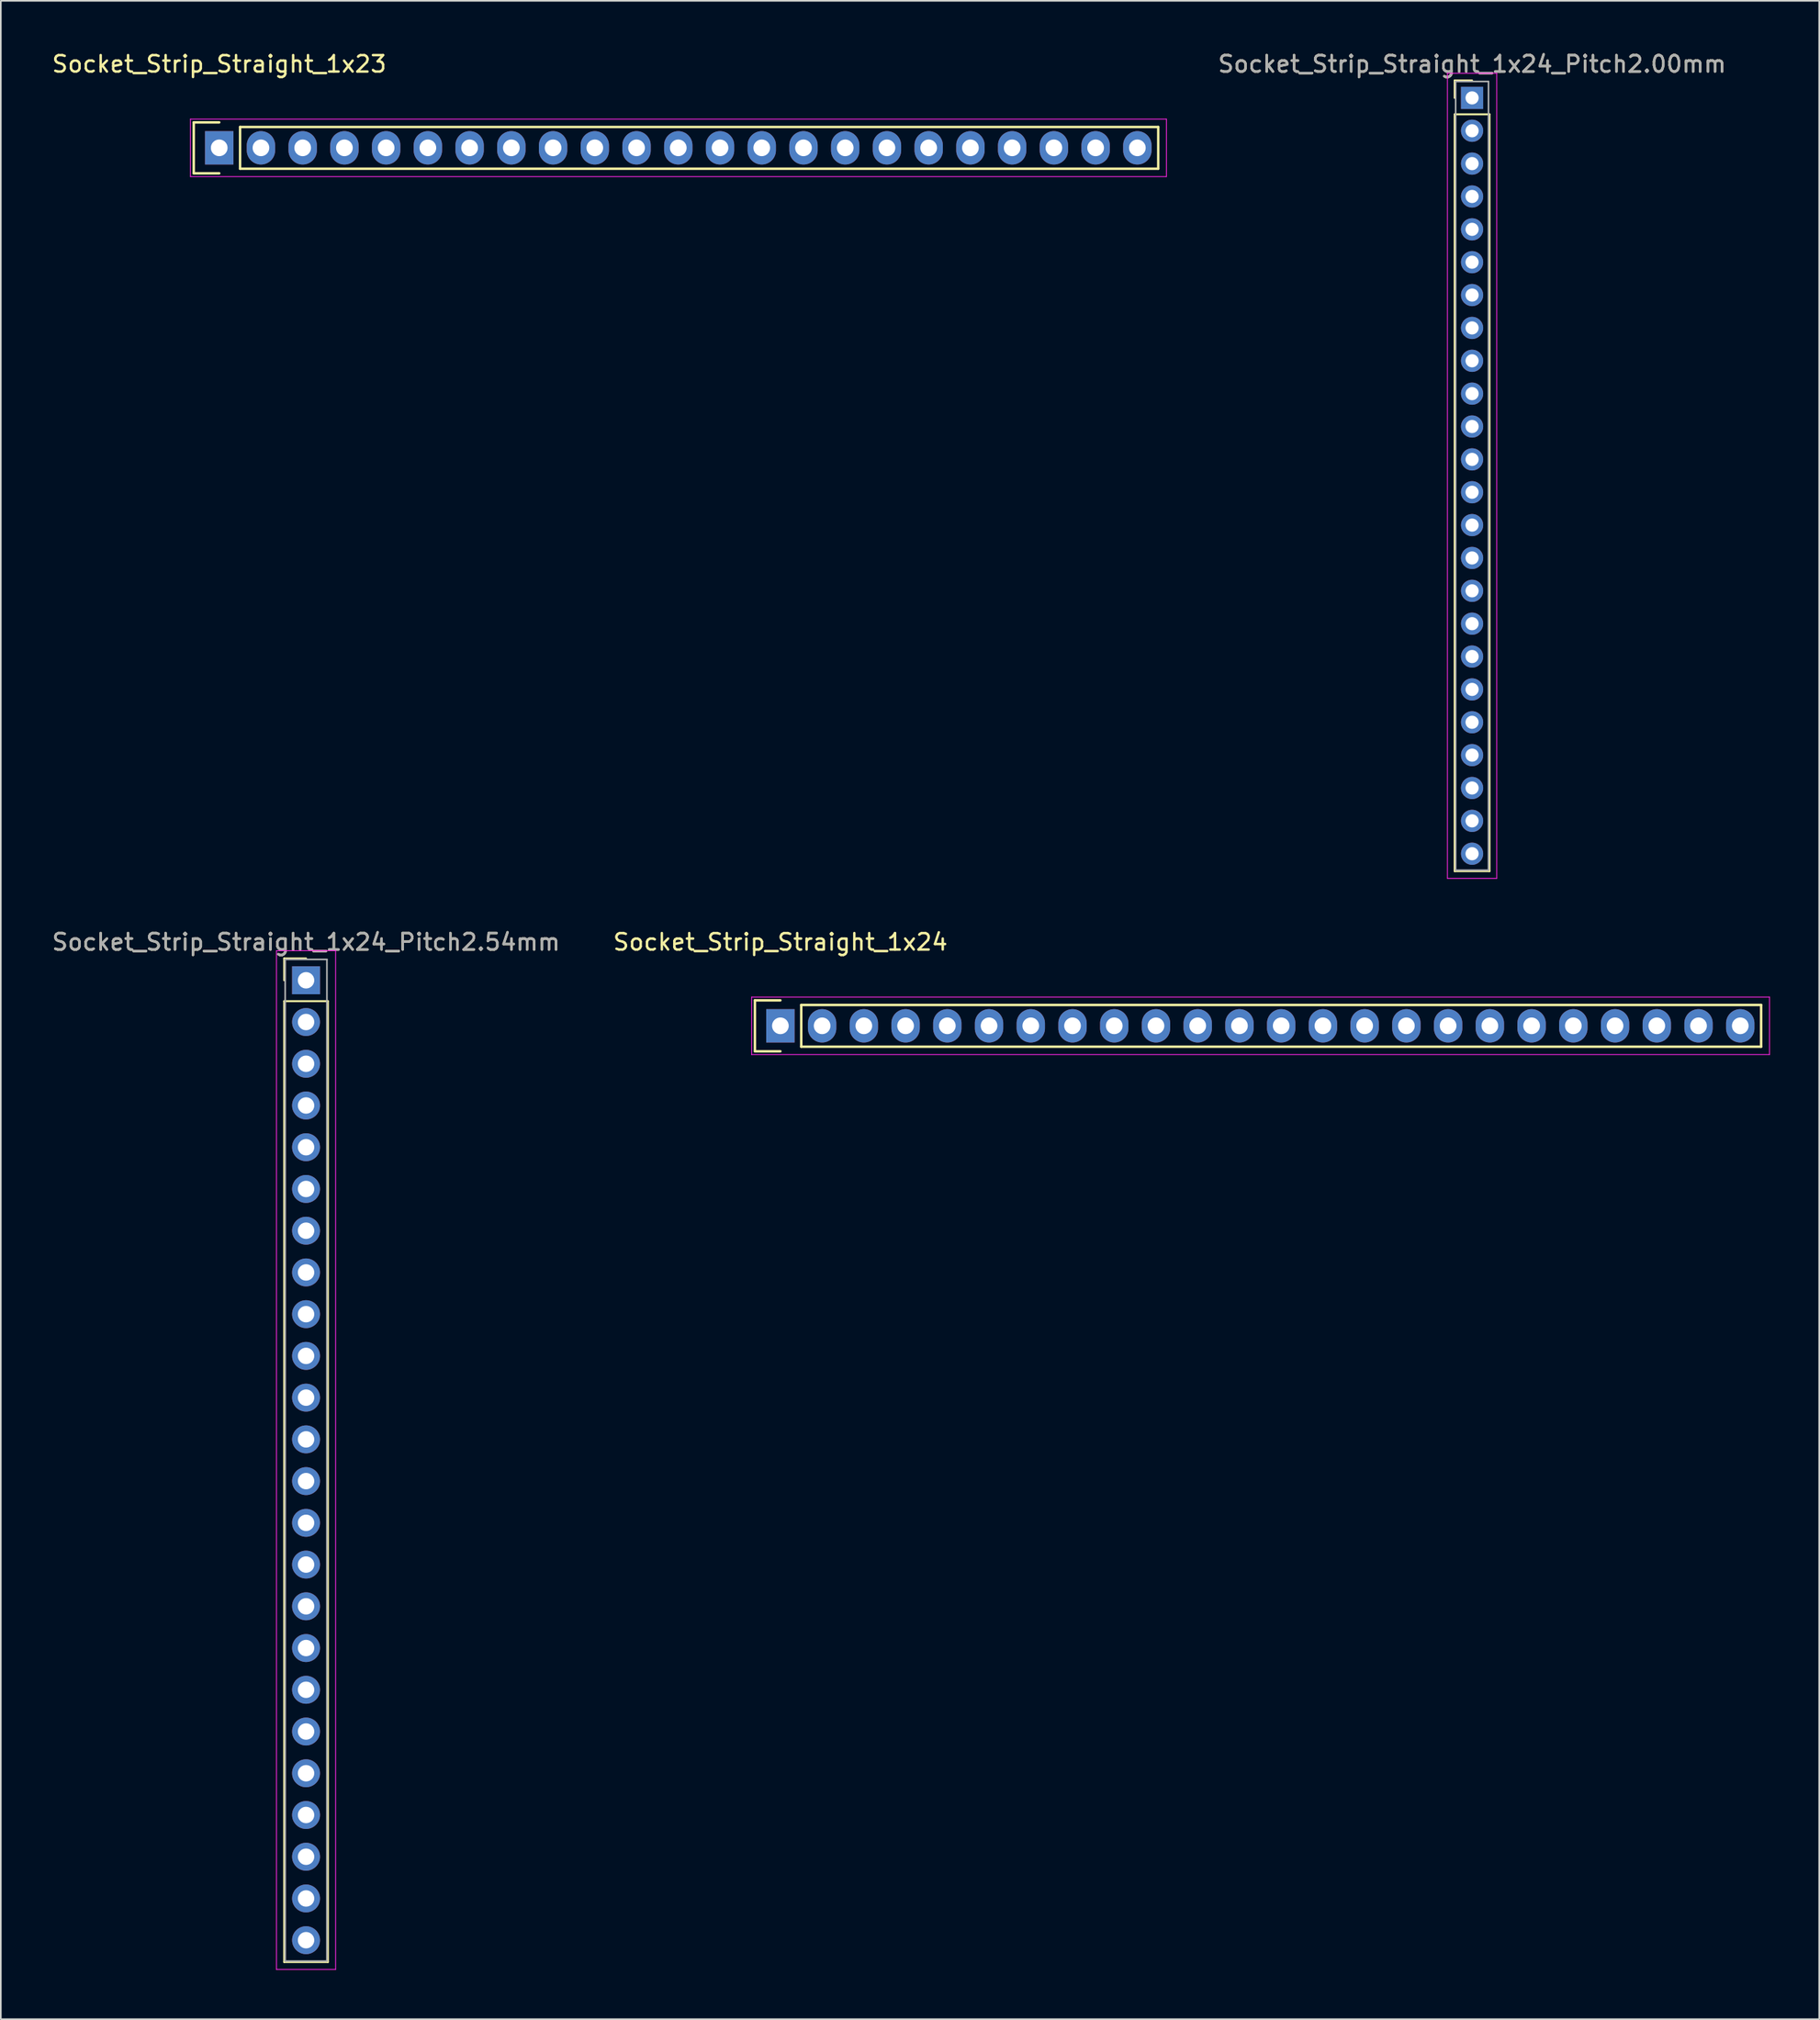
<source format=kicad_pcb>
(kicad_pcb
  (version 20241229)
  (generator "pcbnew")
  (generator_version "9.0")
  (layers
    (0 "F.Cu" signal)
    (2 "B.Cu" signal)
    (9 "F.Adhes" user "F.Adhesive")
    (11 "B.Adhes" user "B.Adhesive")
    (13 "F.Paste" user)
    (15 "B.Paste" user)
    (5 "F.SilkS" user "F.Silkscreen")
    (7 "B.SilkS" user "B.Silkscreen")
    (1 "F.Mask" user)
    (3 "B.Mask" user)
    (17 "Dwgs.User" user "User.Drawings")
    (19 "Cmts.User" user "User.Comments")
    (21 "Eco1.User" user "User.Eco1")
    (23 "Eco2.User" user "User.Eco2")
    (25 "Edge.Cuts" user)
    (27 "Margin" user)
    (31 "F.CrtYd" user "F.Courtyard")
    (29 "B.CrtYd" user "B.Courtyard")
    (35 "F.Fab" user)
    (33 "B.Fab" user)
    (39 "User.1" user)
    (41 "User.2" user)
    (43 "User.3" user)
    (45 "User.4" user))
  (footprint "Socket_Strip_Straight_1x24_Pitch2.00mm"
    (layer "F.Cu")
    (at 86.544 2.908)
    (property "Reference" "Socket_Strip_Straight_1x24_Pitch2.00mm" (at 0 -2.06 0) (layer "F.SilkS") (effects (font (size 1 1) (thickness 0.15))))
    (attr through_hole)
    (fp_line (start -1.06 -1.06) (end 0 -1.06) (stroke (width 0.12) (type solid)) (layer "F.SilkS"))
    (fp_line (start -1.06 0) (end -1.06 -1.06) (stroke (width 0.12) (type solid)) (layer "F.SilkS"))
    (fp_line (start -1.06 1) (end -1.06 47.06) (stroke (width 0.12) (type solid)) (layer "F.SilkS"))
    (fp_line (start -1.06 47.06) (end 1.06 47.06) (stroke (width 0.12) (type solid)) (layer "F.SilkS"))
    (fp_line (start 1.06 1) (end -1.06 1) (stroke (width 0.12) (type solid)) (layer "F.SilkS"))
    (fp_line (start 1.06 47.06) (end 1.06 1) (stroke (width 0.12) (type solid)) (layer "F.SilkS"))
    (fp_line (start -1.5 -1.5) (end -1.5 47.5) (stroke (width 0.05) (type solid)) (layer "F.CrtYd"))
    (fp_line (start -1.5 47.5) (end 1.5 47.5) (stroke (width 0.05) (type solid)) (layer "F.CrtYd"))
    (fp_line (start 1.5 -1.5) (end -1.5 -1.5) (stroke (width 0.05) (type solid)) (layer "F.CrtYd"))
    (fp_line (start 1.5 47.5) (end 1.5 -1.5) (stroke (width 0.05) (type solid)) (layer "F.CrtYd"))
    (fp_line (start -1 -1) (end -1 47) (stroke (width 0.1) (type solid)) (layer "F.Fab"))
    (fp_line (start -1 47) (end 1 47) (stroke (width 0.1) (type solid)) (layer "F.Fab"))
    (fp_line (start 1 -1) (end -1 -1) (stroke (width 0.1) (type solid)) (layer "F.Fab"))
    (fp_line (start 1 47) (end 1 -1) (stroke (width 0.1) (type solid)) (layer "F.Fab"))
    (fp_text user "${REFERENCE}" (at 0 -2.06 0) (layer "F.Fab") (effects (font (size 1 1) (thickness 0.15))))
    (pad "1" thru_hole rect (at 0 0) (size 1.35 1.35) (drill 0.8) (layers "*.Cu" "*.Mask"))
    (pad "2" thru_hole oval (at 0 2) (size 1.35 1.35) (drill 0.8) (layers "*.Cu" "*.Mask"))
    (pad "3" thru_hole oval (at 0 4) (size 1.35 1.35) (drill 0.8) (layers "*.Cu" "*.Mask"))
    (pad "4" thru_hole oval (at 0 6) (size 1.35 1.35) (drill 0.8) (layers "*.Cu" "*.Mask"))
    (pad "5" thru_hole oval (at 0 8) (size 1.35 1.35) (drill 0.8) (layers "*.Cu" "*.Mask"))
    (pad "6" thru_hole oval (at 0 10) (size 1.35 1.35) (drill 0.8) (layers "*.Cu" "*.Mask"))
    (pad "7" thru_hole oval (at 0 12) (size 1.35 1.35) (drill 0.8) (layers "*.Cu" "*.Mask"))
    (pad "8" thru_hole oval (at 0 14) (size 1.35 1.35) (drill 0.8) (layers "*.Cu" "*.Mask"))
    (pad "9" thru_hole oval (at 0 16) (size 1.35 1.35) (drill 0.8) (layers "*.Cu" "*.Mask"))
    (pad "10" thru_hole oval (at 0 18) (size 1.35 1.35) (drill 0.8) (layers "*.Cu" "*.Mask"))
    (pad "11" thru_hole oval (at 0 20) (size 1.35 1.35) (drill 0.8) (layers "*.Cu" "*.Mask"))
    (pad "12" thru_hole oval (at 0 22) (size 1.35 1.35) (drill 0.8) (layers "*.Cu" "*.Mask"))
    (pad "13" thru_hole oval (at 0 24) (size 1.35 1.35) (drill 0.8) (layers "*.Cu" "*.Mask"))
    (pad "14" thru_hole oval (at 0 26) (size 1.35 1.35) (drill 0.8) (layers "*.Cu" "*.Mask"))
    (pad "15" thru_hole oval (at 0 28) (size 1.35 1.35) (drill 0.8) (layers "*.Cu" "*.Mask"))
    (pad "16" thru_hole oval (at 0 30) (size 1.35 1.35) (drill 0.8) (layers "*.Cu" "*.Mask"))
    (pad "17" thru_hole oval (at 0 32) (size 1.35 1.35) (drill 0.8) (layers "*.Cu" "*.Mask"))
    (pad "18" thru_hole oval (at 0 34) (size 1.35 1.35) (drill 0.8) (layers "*.Cu" "*.Mask"))
    (pad "19" thru_hole oval (at 0 36) (size 1.35 1.35) (drill 0.8) (layers "*.Cu" "*.Mask"))
    (pad "20" thru_hole oval (at 0 38) (size 1.35 1.35) (drill 0.8) (layers "*.Cu" "*.Mask"))
    (pad "21" thru_hole oval (at 0 40) (size 1.35 1.35) (drill 0.8) (layers "*.Cu" "*.Mask"))
    (pad "22" thru_hole oval (at 0 42) (size 1.35 1.35) (drill 0.8) (layers "*.Cu" "*.Mask"))
    (pad "23" thru_hole oval (at 0 44) (size 1.35 1.35) (drill 0.8) (layers "*.Cu" "*.Mask"))
    (pad "24" thru_hole oval (at 0 46) (size 1.35 1.35) (drill 0.8) (layers "*.Cu" "*.Mask")))
  (footprint "Socket_Strip_Straight_1x23"
    (layer "F.Cu")
    (at 10.292 5.948)
    (property "Reference" "Socket_Strip_Straight_1x23" (at 0 -5.1 0) (layer "F.SilkS") (effects (font (size 1 1) (thickness 0.15))))
    (attr through_hole)
    (fp_line (start -1.55 -1.55) (end -1.55 1.55) (stroke (width 0.15) (type solid)) (layer "F.SilkS"))
    (fp_line (start -1.55 1.55) (end 0 1.55) (stroke (width 0.15) (type solid)) (layer "F.SilkS"))
    (fp_line (start 0 -1.55) (end -1.55 -1.55) (stroke (width 0.15) (type solid)) (layer "F.SilkS"))
    (fp_line (start 1.27 -1.27) (end 57.15 -1.27) (stroke (width 0.15) (type solid)) (layer "F.SilkS"))
    (fp_line (start 1.27 1.27) (end 1.27 -1.27) (stroke (width 0.15) (type solid)) (layer "F.SilkS"))
    (fp_line (start 57.15 -1.27) (end 57.15 1.27) (stroke (width 0.15) (type solid)) (layer "F.SilkS"))
    (fp_line (start 57.15 1.27) (end 1.27 1.27) (stroke (width 0.15) (type solid)) (layer "F.SilkS"))
    (fp_line (start -1.75 -1.75) (end -1.75 1.75) (stroke (width 0.05) (type solid)) (layer "F.CrtYd"))
    (fp_line (start -1.75 -1.75) (end 57.65 -1.75) (stroke (width 0.05) (type solid)) (layer "F.CrtYd"))
    (fp_line (start -1.75 1.75) (end 57.65 1.75) (stroke (width 0.05) (type solid)) (layer "F.CrtYd"))
    (fp_line (start 57.65 -1.75) (end 57.65 1.75) (stroke (width 0.05) (type solid)) (layer "F.CrtYd"))
    (pad "1" thru_hole rect (at 0 0) (size 1.727 2.032) (drill 1.016) (layers "*.Cu" "*.Mask"))
    (pad "2" thru_hole oval (at 2.54 0) (size 1.727 2.032) (drill 1.016) (layers "*.Cu" "*.Mask"))
    (pad "3" thru_hole oval (at 5.08 0) (size 1.727 2.032) (drill 1.016) (layers "*.Cu" "*.Mask"))
    (pad "4" thru_hole oval (at 7.62 0) (size 1.727 2.032) (drill 1.016) (layers "*.Cu" "*.Mask"))
    (pad "5" thru_hole oval (at 10.16 0) (size 1.727 2.032) (drill 1.016) (layers "*.Cu" "*.Mask"))
    (pad "6" thru_hole oval (at 12.7 0) (size 1.727 2.032) (drill 1.016) (layers "*.Cu" "*.Mask"))
    (pad "7" thru_hole oval (at 15.24 0) (size 1.727 2.032) (drill 1.016) (layers "*.Cu" "*.Mask"))
    (pad "8" thru_hole oval (at 17.78 0) (size 1.727 2.032) (drill 1.016) (layers "*.Cu" "*.Mask"))
    (pad "9" thru_hole oval (at 20.32 0) (size 1.727 2.032) (drill 1.016) (layers "*.Cu" "*.Mask"))
    (pad "10" thru_hole oval (at 22.86 0) (size 1.727 2.032) (drill 1.016) (layers "*.Cu" "*.Mask"))
    (pad "11" thru_hole oval (at 25.4 0) (size 1.727 2.032) (drill 1.016) (layers "*.Cu" "*.Mask"))
    (pad "12" thru_hole oval (at 27.94 0) (size 1.727 2.032) (drill 1.016) (layers "*.Cu" "*.Mask"))
    (pad "13" thru_hole oval (at 30.48 0) (size 1.727 2.032) (drill 1.016) (layers "*.Cu" "*.Mask"))
    (pad "14" thru_hole oval (at 33.02 0) (size 1.727 2.032) (drill 1.016) (layers "*.Cu" "*.Mask"))
    (pad "15" thru_hole oval (at 35.56 0) (size 1.727 2.032) (drill 1.016) (layers "*.Cu" "*.Mask"))
    (pad "16" thru_hole oval (at 38.1 0) (size 1.727 2.032) (drill 1.016) (layers "*.Cu" "*.Mask"))
    (pad "17" thru_hole oval (at 40.64 0) (size 1.727 2.032) (drill 1.016) (layers "*.Cu" "*.Mask"))
    (pad "18" thru_hole oval (at 43.18 0) (size 1.727 2.032) (drill 1.016) (layers "*.Cu" "*.Mask"))
    (pad "19" thru_hole oval (at 45.72 0) (size 1.727 2.032) (drill 1.016) (layers "*.Cu" "*.Mask"))
    (pad "20" thru_hole oval (at 48.26 0) (size 1.727 2.032) (drill 1.016) (layers "*.Cu" "*.Mask"))
    (pad "21" thru_hole oval (at 50.8 0) (size 1.727 2.032) (drill 1.016) (layers "*.Cu" "*.Mask"))
    (pad "22" thru_hole oval (at 53.34 0) (size 1.727 2.032) (drill 1.016) (layers "*.Cu" "*.Mask"))
    (pad "23" thru_hole oval (at 55.88 0) (size 1.727 2.032) (drill 1.016) (layers "*.Cu" "*.Mask")))
  (footprint "Socket_Strip_Straight_1x24_Pitch2.54mm"
    (layer "F.Cu")
    (at 15.577 56.611)
    (property "Reference" "Socket_Strip_Straight_1x24_Pitch2.54mm" (at 0 -2.33 0) (layer "F.SilkS") (effects (font (size 1 1) (thickness 0.15))))
    (attr through_hole)
    (fp_line (start -1.33 -1.33) (end 0 -1.33) (stroke (width 0.12) (type solid)) (layer "F.SilkS"))
    (fp_line (start -1.33 0) (end -1.33 -1.33) (stroke (width 0.12) (type solid)) (layer "F.SilkS"))
    (fp_line (start -1.33 1.27) (end -1.33 59.75) (stroke (width 0.12) (type solid)) (layer "F.SilkS"))
    (fp_line (start -1.33 59.75) (end 1.33 59.75) (stroke (width 0.12) (type solid)) (layer "F.SilkS"))
    (fp_line (start 1.33 1.27) (end -1.33 1.27) (stroke (width 0.12) (type solid)) (layer "F.SilkS"))
    (fp_line (start 1.33 59.75) (end 1.33 1.27) (stroke (width 0.12) (type solid)) (layer "F.SilkS"))
    (fp_line (start -1.8 -1.8) (end -1.8 60.2) (stroke (width 0.05) (type solid)) (layer "F.CrtYd"))
    (fp_line (start -1.8 60.2) (end 1.8 60.2) (stroke (width 0.05) (type solid)) (layer "F.CrtYd"))
    (fp_line (start 1.8 -1.8) (end -1.8 -1.8) (stroke (width 0.05) (type solid)) (layer "F.CrtYd"))
    (fp_line (start 1.8 60.2) (end 1.8 -1.8) (stroke (width 0.05) (type solid)) (layer "F.CrtYd"))
    (fp_line (start -1.27 -1.27) (end -1.27 59.69) (stroke (width 0.1) (type solid)) (layer "F.Fab"))
    (fp_line (start -1.27 59.69) (end 1.27 59.69) (stroke (width 0.1) (type solid)) (layer "F.Fab"))
    (fp_line (start 1.27 -1.27) (end -1.27 -1.27) (stroke (width 0.1) (type solid)) (layer "F.Fab"))
    (fp_line (start 1.27 59.69) (end 1.27 -1.27) (stroke (width 0.1) (type solid)) (layer "F.Fab"))
    (fp_text user "${REFERENCE}" (at 0 -2.33 0) (layer "F.Fab") (effects (font (size 1 1) (thickness 0.15))))
    (pad "1" thru_hole rect (at 0 0) (size 1.7 1.7) (drill 1) (layers "*.Cu" "*.Mask"))
    (pad "2" thru_hole oval (at 0 2.54) (size 1.7 1.7) (drill 1) (layers "*.Cu" "*.Mask"))
    (pad "3" thru_hole oval (at 0 5.08) (size 1.7 1.7) (drill 1) (layers "*.Cu" "*.Mask"))
    (pad "4" thru_hole oval (at 0 7.62) (size 1.7 1.7) (drill 1) (layers "*.Cu" "*.Mask"))
    (pad "5" thru_hole oval (at 0 10.16) (size 1.7 1.7) (drill 1) (layers "*.Cu" "*.Mask"))
    (pad "6" thru_hole oval (at 0 12.7) (size 1.7 1.7) (drill 1) (layers "*.Cu" "*.Mask"))
    (pad "7" thru_hole oval (at 0 15.24) (size 1.7 1.7) (drill 1) (layers "*.Cu" "*.Mask"))
    (pad "8" thru_hole oval (at 0 17.78) (size 1.7 1.7) (drill 1) (layers "*.Cu" "*.Mask"))
    (pad "9" thru_hole oval (at 0 20.32) (size 1.7 1.7) (drill 1) (layers "*.Cu" "*.Mask"))
    (pad "10" thru_hole oval (at 0 22.86) (size 1.7 1.7) (drill 1) (layers "*.Cu" "*.Mask"))
    (pad "11" thru_hole oval (at 0 25.4) (size 1.7 1.7) (drill 1) (layers "*.Cu" "*.Mask"))
    (pad "12" thru_hole oval (at 0 27.94) (size 1.7 1.7) (drill 1) (layers "*.Cu" "*.Mask"))
    (pad "13" thru_hole oval (at 0 30.48) (size 1.7 1.7) (drill 1) (layers "*.Cu" "*.Mask"))
    (pad "14" thru_hole oval (at 0 33.02) (size 1.7 1.7) (drill 1) (layers "*.Cu" "*.Mask"))
    (pad "15" thru_hole oval (at 0 35.56) (size 1.7 1.7) (drill 1) (layers "*.Cu" "*.Mask"))
    (pad "16" thru_hole oval (at 0 38.1) (size 1.7 1.7) (drill 1) (layers "*.Cu" "*.Mask"))
    (pad "17" thru_hole oval (at 0 40.64) (size 1.7 1.7) (drill 1) (layers "*.Cu" "*.Mask"))
    (pad "18" thru_hole oval (at 0 43.18) (size 1.7 1.7) (drill 1) (layers "*.Cu" "*.Mask"))
    (pad "19" thru_hole oval (at 0 45.72) (size 1.7 1.7) (drill 1) (layers "*.Cu" "*.Mask"))
    (pad "20" thru_hole oval (at 0 48.26) (size 1.7 1.7) (drill 1) (layers "*.Cu" "*.Mask"))
    (pad "21" thru_hole oval (at 0 50.8) (size 1.7 1.7) (drill 1) (layers "*.Cu" "*.Mask"))
    (pad "22" thru_hole oval (at 0 53.34) (size 1.7 1.7) (drill 1) (layers "*.Cu" "*.Mask"))
    (pad "23" thru_hole oval (at 0 55.88) (size 1.7 1.7) (drill 1) (layers "*.Cu" "*.Mask"))
    (pad "24" thru_hole oval (at 0 58.42) (size 1.7 1.7) (drill 1) (layers "*.Cu" "*.Mask")))
  (footprint "Socket_Strip_Straight_1x24"
    (layer "F.Cu")
    (at 44.446 59.382)
    (property "Reference" "Socket_Strip_Straight_1x24" (at 0 -5.1 0) (layer "F.SilkS") (effects (font (size 1 1) (thickness 0.15))))
    (attr through_hole)
    (fp_line (start -1.55 -1.55) (end -1.55 1.55) (stroke (width 0.15) (type solid)) (layer "F.SilkS"))
    (fp_line (start -1.55 1.55) (end 0 1.55) (stroke (width 0.15) (type solid)) (layer "F.SilkS"))
    (fp_line (start 0 -1.55) (end -1.55 -1.55) (stroke (width 0.15) (type solid)) (layer "F.SilkS"))
    (fp_line (start 1.27 -1.27) (end 59.69 -1.27) (stroke (width 0.15) (type solid)) (layer "F.SilkS"))
    (fp_line (start 1.27 1.27) (end 1.27 -1.27) (stroke (width 0.15) (type solid)) (layer "F.SilkS"))
    (fp_line (start 1.27 1.27) (end 59.69 1.27) (stroke (width 0.15) (type solid)) (layer "F.SilkS"))
    (fp_line (start 59.69 -1.27) (end 59.69 1.27) (stroke (width 0.15) (type solid)) (layer "F.SilkS"))
    (fp_line (start -1.75 -1.75) (end -1.75 1.75) (stroke (width 0.05) (type solid)) (layer "F.CrtYd"))
    (fp_line (start -1.75 -1.75) (end 60.2 -1.75) (stroke (width 0.05) (type solid)) (layer "F.CrtYd"))
    (fp_line (start -1.75 1.75) (end 60.2 1.75) (stroke (width 0.05) (type solid)) (layer "F.CrtYd"))
    (fp_line (start 60.2 -1.75) (end 60.2 1.75) (stroke (width 0.05) (type solid)) (layer "F.CrtYd"))
    (pad "1" thru_hole rect (at 0 0) (size 1.727 2.032) (drill 1.016) (layers "*.Cu" "*.Mask"))
    (pad "2" thru_hole oval (at 2.54 0) (size 1.727 2.032) (drill 1.016) (layers "*.Cu" "*.Mask"))
    (pad "3" thru_hole oval (at 5.08 0) (size 1.727 2.032) (drill 1.016) (layers "*.Cu" "*.Mask"))
    (pad "4" thru_hole oval (at 7.62 0) (size 1.727 2.032) (drill 1.016) (layers "*.Cu" "*.Mask"))
    (pad "5" thru_hole oval (at 10.16 0) (size 1.727 2.032) (drill 1.016) (layers "*.Cu" "*.Mask"))
    (pad "6" thru_hole oval (at 12.7 0) (size 1.727 2.032) (drill 1.016) (layers "*.Cu" "*.Mask"))
    (pad "7" thru_hole oval (at 15.24 0) (size 1.727 2.032) (drill 1.016) (layers "*.Cu" "*.Mask"))
    (pad "8" thru_hole oval (at 17.78 0) (size 1.727 2.032) (drill 1.016) (layers "*.Cu" "*.Mask"))
    (pad "9" thru_hole oval (at 20.32 0) (size 1.727 2.032) (drill 1.016) (layers "*.Cu" "*.Mask"))
    (pad "10" thru_hole oval (at 22.86 0) (size 1.727 2.032) (drill 1.016) (layers "*.Cu" "*.Mask"))
    (pad "11" thru_hole oval (at 25.4 0) (size 1.727 2.032) (drill 1.016) (layers "*.Cu" "*.Mask"))
    (pad "12" thru_hole oval (at 27.94 0) (size 1.727 2.032) (drill 1.016) (layers "*.Cu" "*.Mask"))
    (pad "13" thru_hole oval (at 30.48 0) (size 1.727 2.032) (drill 1.016) (layers "*.Cu" "*.Mask"))
    (pad "14" thru_hole oval (at 33.02 0) (size 1.727 2.032) (drill 1.016) (layers "*.Cu" "*.Mask"))
    (pad "15" thru_hole oval (at 35.56 0) (size 1.727 2.032) (drill 1.016) (layers "*.Cu" "*.Mask"))
    (pad "16" thru_hole oval (at 38.1 0) (size 1.727 2.032) (drill 1.016) (layers "*.Cu" "*.Mask"))
    (pad "17" thru_hole oval (at 40.64 0) (size 1.727 2.032) (drill 1.016) (layers "*.Cu" "*.Mask"))
    (pad "18" thru_hole oval (at 43.18 0) (size 1.727 2.032) (drill 1.016) (layers "*.Cu" "*.Mask"))
    (pad "19" thru_hole oval (at 45.72 0) (size 1.727 2.032) (drill 1.016) (layers "*.Cu" "*.Mask"))
    (pad "20" thru_hole oval (at 48.26 0) (size 1.727 2.032) (drill 1.016) (layers "*.Cu" "*.Mask"))
    (pad "21" thru_hole oval (at 50.8 0) (size 1.727 2.032) (drill 1.016) (layers "*.Cu" "*.Mask"))
    (pad "22" thru_hole oval (at 53.34 0) (size 1.727 2.032) (drill 1.016) (layers "*.Cu" "*.Mask"))
    (pad "23" thru_hole oval (at 55.88 0) (size 1.727 2.032) (drill 1.016) (layers "*.Cu" "*.Mask"))
    (pad "24" thru_hole oval (at 58.42 0) (size 1.727 2.032) (drill 1.016) (layers "*.Cu" "*.Mask")))
  (gr_rect
    (start -3 -3)
    (end 107.671 119.837)
    (stroke (width 0.1) (type default))
    (fill no)
    (layer "Edge.Cuts")))
</source>
